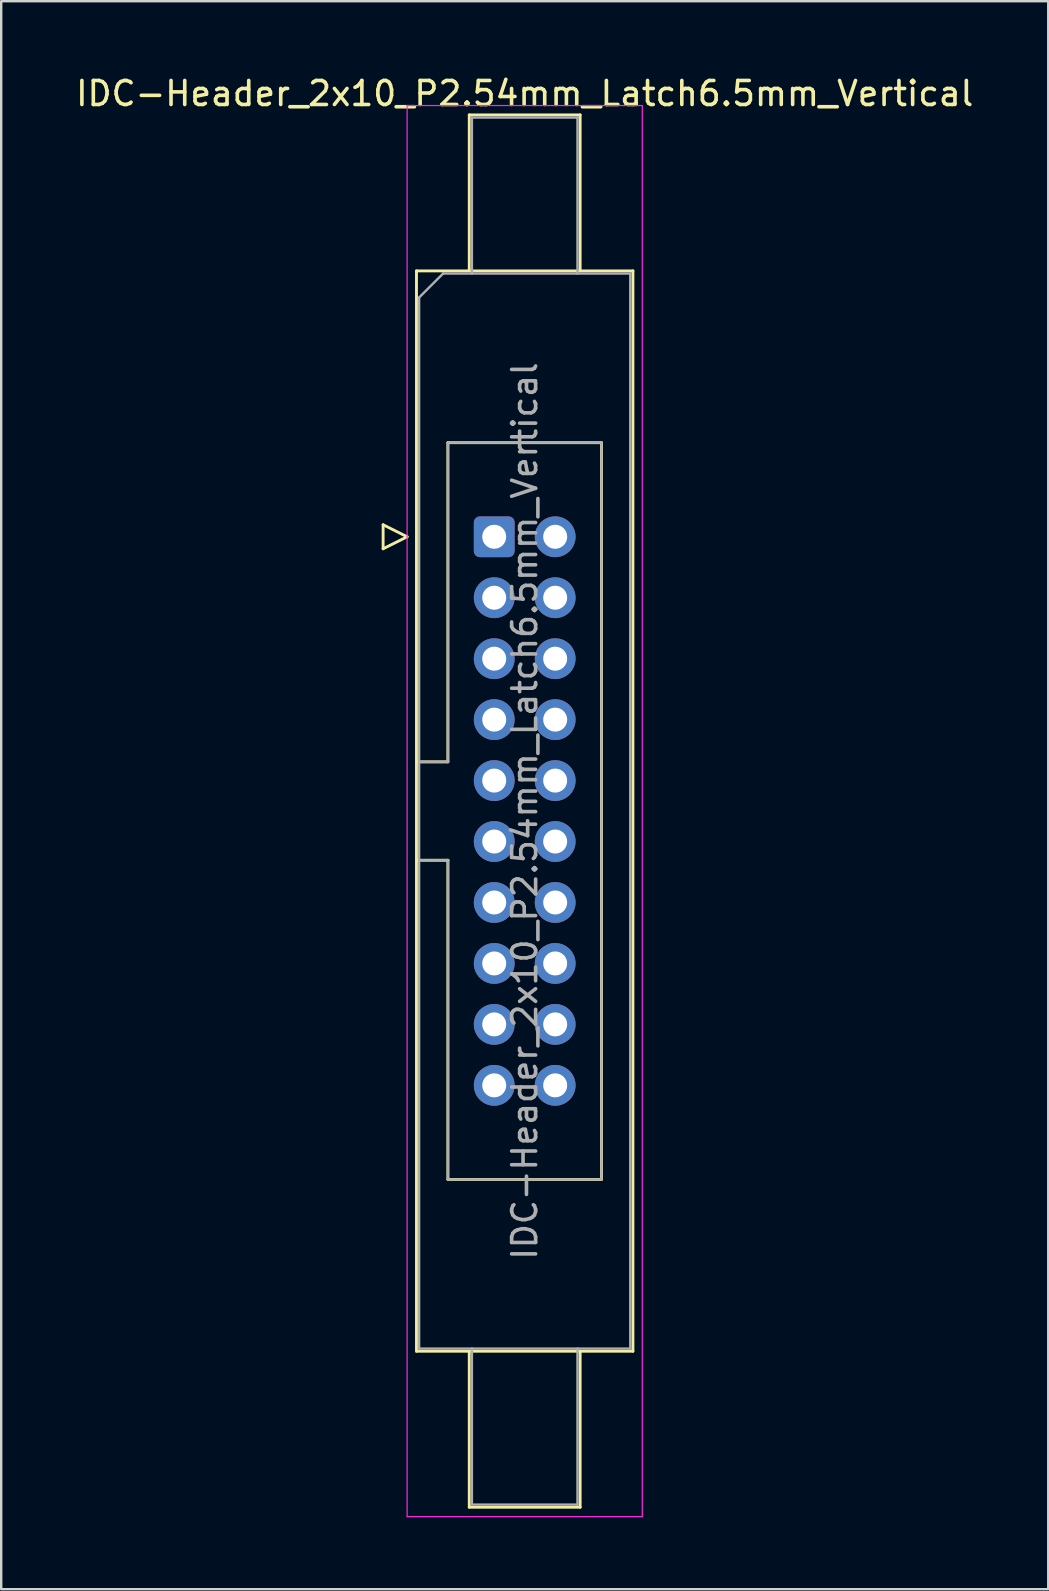
<source format=kicad_pcb>
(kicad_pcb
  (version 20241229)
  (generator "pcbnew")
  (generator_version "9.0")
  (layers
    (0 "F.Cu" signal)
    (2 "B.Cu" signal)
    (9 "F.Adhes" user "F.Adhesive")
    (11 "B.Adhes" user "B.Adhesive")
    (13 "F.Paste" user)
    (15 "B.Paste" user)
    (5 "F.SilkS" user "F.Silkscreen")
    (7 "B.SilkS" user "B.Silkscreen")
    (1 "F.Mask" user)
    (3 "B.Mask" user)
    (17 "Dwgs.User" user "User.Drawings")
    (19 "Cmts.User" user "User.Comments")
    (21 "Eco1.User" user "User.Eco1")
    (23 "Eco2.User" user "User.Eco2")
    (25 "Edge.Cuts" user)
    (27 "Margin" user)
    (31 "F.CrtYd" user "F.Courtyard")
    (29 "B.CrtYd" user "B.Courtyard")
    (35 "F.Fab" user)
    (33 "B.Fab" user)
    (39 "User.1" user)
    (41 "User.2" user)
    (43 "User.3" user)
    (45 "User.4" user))
  (footprint "IDC-Header_2x10_P2.54mm_Latch6.5mm_Vertical"
    (layer "F.Cu")
    (at 17.545 19.318)
    (property "Reference" "IDC-Header_2x10_P2.54mm_Latch6.5mm_Vertical" (at 1.27 -18.47 0) (layer "F.SilkS") (effects (font (size 1 1) (thickness 0.15))))
    (attr through_hole)
    (fp_line (start -4.63 -0.5) (end -4.63 0.5) (stroke (width 0.12) (type solid)) (layer "F.SilkS"))
    (fp_line (start -4.63 0.5) (end -3.63 0) (stroke (width 0.12) (type solid)) (layer "F.SilkS"))
    (fp_line (start -3.63 0) (end -4.63 -0.5) (stroke (width 0.12) (type solid)) (layer "F.SilkS"))
    (fp_line (start -3.24 -11.08) (end 5.78 -11.08) (stroke (width 0.12) (type solid)) (layer "F.SilkS"))
    (fp_line (start -3.24 9.38) (end -1.93 9.38) (stroke (width 0.12) (type solid)) (layer "F.SilkS"))
    (fp_line (start -3.24 33.94) (end -3.24 -11.08) (stroke (width 0.12) (type solid)) (layer "F.SilkS"))
    (fp_line (start -1.93 -3.92) (end 4.47 -3.92) (stroke (width 0.12) (type solid)) (layer "F.SilkS"))
    (fp_line (start -1.93 9.38) (end -1.93 -3.92) (stroke (width 0.12) (type solid)) (layer "F.SilkS"))
    (fp_line (start -1.93 13.48) (end -3.24 13.48) (stroke (width 0.12) (type solid)) (layer "F.SilkS"))
    (fp_line (start -1.93 13.48) (end -1.93 13.48) (stroke (width 0.12) (type solid)) (layer "F.SilkS"))
    (fp_line (start -1.93 26.78) (end -1.93 13.48) (stroke (width 0.12) (type solid)) (layer "F.SilkS"))
    (fp_line (start -1.04 -17.58) (end 3.58 -17.58) (stroke (width 0.12) (type solid)) (layer "F.SilkS"))
    (fp_line (start -1.04 -11.08) (end -1.04 -17.58) (stroke (width 0.12) (type solid)) (layer "F.SilkS"))
    (fp_line (start -1.04 33.94) (end -1.04 40.44) (stroke (width 0.12) (type solid)) (layer "F.SilkS"))
    (fp_line (start -1.04 40.44) (end 3.58 40.44) (stroke (width 0.12) (type solid)) (layer "F.SilkS"))
    (fp_line (start 3.58 -17.58) (end 3.58 -11.08) (stroke (width 0.12) (type solid)) (layer "F.SilkS"))
    (fp_line (start 3.58 40.44) (end 3.58 33.94) (stroke (width 0.12) (type solid)) (layer "F.SilkS"))
    (fp_line (start 4.47 -3.92) (end 4.47 26.78) (stroke (width 0.12) (type solid)) (layer "F.SilkS"))
    (fp_line (start 4.47 26.78) (end -1.93 26.78) (stroke (width 0.12) (type solid)) (layer "F.SilkS"))
    (fp_line (start 5.78 -11.08) (end 5.78 33.94) (stroke (width 0.12) (type solid)) (layer "F.SilkS"))
    (fp_line (start 5.78 33.94) (end -3.24 33.94) (stroke (width 0.12) (type solid)) (layer "F.SilkS"))
    (fp_line (start -3.63 -17.97) (end -3.63 40.83) (stroke (width 0.05) (type solid)) (layer "F.CrtYd"))
    (fp_line (start -3.63 40.83) (end 6.17 40.83) (stroke (width 0.05) (type solid)) (layer "F.CrtYd"))
    (fp_line (start 6.17 -17.97) (end -3.63 -17.97) (stroke (width 0.05) (type solid)) (layer "F.CrtYd"))
    (fp_line (start 6.17 40.83) (end 6.17 -17.97) (stroke (width 0.05) (type solid)) (layer "F.CrtYd"))
    (fp_line (start -3.13 -9.97) (end -2.13 -10.97) (stroke (width 0.1) (type solid)) (layer "F.Fab"))
    (fp_line (start -3.13 9.38) (end -1.93 9.38) (stroke (width 0.1) (type solid)) (layer "F.Fab"))
    (fp_line (start -3.13 33.83) (end -3.13 -9.97) (stroke (width 0.1) (type solid)) (layer "F.Fab"))
    (fp_line (start -2.13 -10.97) (end 5.67 -10.97) (stroke (width 0.1) (type solid)) (layer "F.Fab"))
    (fp_line (start -1.93 -3.92) (end 4.47 -3.92) (stroke (width 0.1) (type solid)) (layer "F.Fab"))
    (fp_line (start -1.93 9.38) (end -1.93 -3.92) (stroke (width 0.1) (type solid)) (layer "F.Fab"))
    (fp_line (start -1.93 13.48) (end -3.13 13.48) (stroke (width 0.1) (type solid)) (layer "F.Fab"))
    (fp_line (start -1.93 13.48) (end -1.93 13.48) (stroke (width 0.1) (type solid)) (layer "F.Fab"))
    (fp_line (start -1.93 26.78) (end -1.93 13.48) (stroke (width 0.1) (type solid)) (layer "F.Fab"))
    (fp_line (start -0.93 -17.47) (end 3.47 -17.47) (stroke (width 0.1) (type solid)) (layer "F.Fab"))
    (fp_line (start -0.93 -10.97) (end -0.93 -17.47) (stroke (width 0.1) (type solid)) (layer "F.Fab"))
    (fp_line (start -0.93 33.83) (end -0.93 40.33) (stroke (width 0.1) (type solid)) (layer "F.Fab"))
    (fp_line (start -0.93 40.33) (end 3.47 40.33) (stroke (width 0.1) (type solid)) (layer "F.Fab"))
    (fp_line (start 3.47 -17.47) (end 3.47 -10.97) (stroke (width 0.1) (type solid)) (layer "F.Fab"))
    (fp_line (start 3.47 40.33) (end 3.47 33.83) (stroke (width 0.1) (type solid)) (layer "F.Fab"))
    (fp_line (start 4.47 -3.92) (end 4.47 26.78) (stroke (width 0.1) (type solid)) (layer "F.Fab"))
    (fp_line (start 4.47 26.78) (end -1.93 26.78) (stroke (width 0.1) (type solid)) (layer "F.Fab"))
    (fp_line (start 5.67 -10.97) (end 5.67 33.83) (stroke (width 0.1) (type solid)) (layer "F.Fab"))
    (fp_line (start 5.67 33.83) (end -3.13 33.83) (stroke (width 0.1) (type solid)) (layer "F.Fab"))
    (fp_text user "${REFERENCE}" (at 1.27 11.43 90) (layer "F.Fab") (effects (font (size 1 1) (thickness 0.15))))
    (pad "1" thru_hole roundrect (at 0 0) (size 1.7 1.7) (drill 1) (layers "*.Cu" "*.Mask") (roundrect_rratio 0.147))
    (pad "2" thru_hole circle (at 2.54 0) (size 1.7 1.7) (drill 1) (layers "*.Cu" "*.Mask"))
    (pad "3" thru_hole circle (at 0 2.54) (size 1.7 1.7) (drill 1) (layers "*.Cu" "*.Mask"))
    (pad "4" thru_hole circle (at 2.54 2.54) (size 1.7 1.7) (drill 1) (layers "*.Cu" "*.Mask"))
    (pad "5" thru_hole circle (at 0 5.08) (size 1.7 1.7) (drill 1) (layers "*.Cu" "*.Mask"))
    (pad "6" thru_hole circle (at 2.54 5.08) (size 1.7 1.7) (drill 1) (layers "*.Cu" "*.Mask"))
    (pad "7" thru_hole circle (at 0 7.62) (size 1.7 1.7) (drill 1) (layers "*.Cu" "*.Mask"))
    (pad "8" thru_hole circle (at 2.54 7.62) (size 1.7 1.7) (drill 1) (layers "*.Cu" "*.Mask"))
    (pad "9" thru_hole circle (at 0 10.16) (size 1.7 1.7) (drill 1) (layers "*.Cu" "*.Mask"))
    (pad "10" thru_hole circle (at 2.54 10.16) (size 1.7 1.7) (drill 1) (layers "*.Cu" "*.Mask"))
    (pad "11" thru_hole circle (at 0 12.7) (size 1.7 1.7) (drill 1) (layers "*.Cu" "*.Mask"))
    (pad "12" thru_hole circle (at 2.54 12.7) (size 1.7 1.7) (drill 1) (layers "*.Cu" "*.Mask"))
    (pad "13" thru_hole circle (at 0 15.24) (size 1.7 1.7) (drill 1) (layers "*.Cu" "*.Mask"))
    (pad "14" thru_hole circle (at 2.54 15.24) (size 1.7 1.7) (drill 1) (layers "*.Cu" "*.Mask"))
    (pad "15" thru_hole circle (at 0 17.78) (size 1.7 1.7) (drill 1) (layers "*.Cu" "*.Mask"))
    (pad "16" thru_hole circle (at 2.54 17.78) (size 1.7 1.7) (drill 1) (layers "*.Cu" "*.Mask"))
    (pad "17" thru_hole circle (at 0 20.32) (size 1.7 1.7) (drill 1) (layers "*.Cu" "*.Mask"))
    (pad "18" thru_hole circle (at 2.54 20.32) (size 1.7 1.7) (drill 1) (layers "*.Cu" "*.Mask"))
    (pad "19" thru_hole circle (at 0 22.86) (size 1.7 1.7) (drill 1) (layers "*.Cu" "*.Mask"))
    (pad "20" thru_hole circle (at 2.54 22.86) (size 1.7 1.7) (drill 1) (layers "*.Cu" "*.Mask")))
  (gr_rect
    (start -3 -3)
    (end 40.631 63.173)
    (stroke (width 0.1) (type default))
    (fill no)
    (layer "Edge.Cuts")))
</source>
